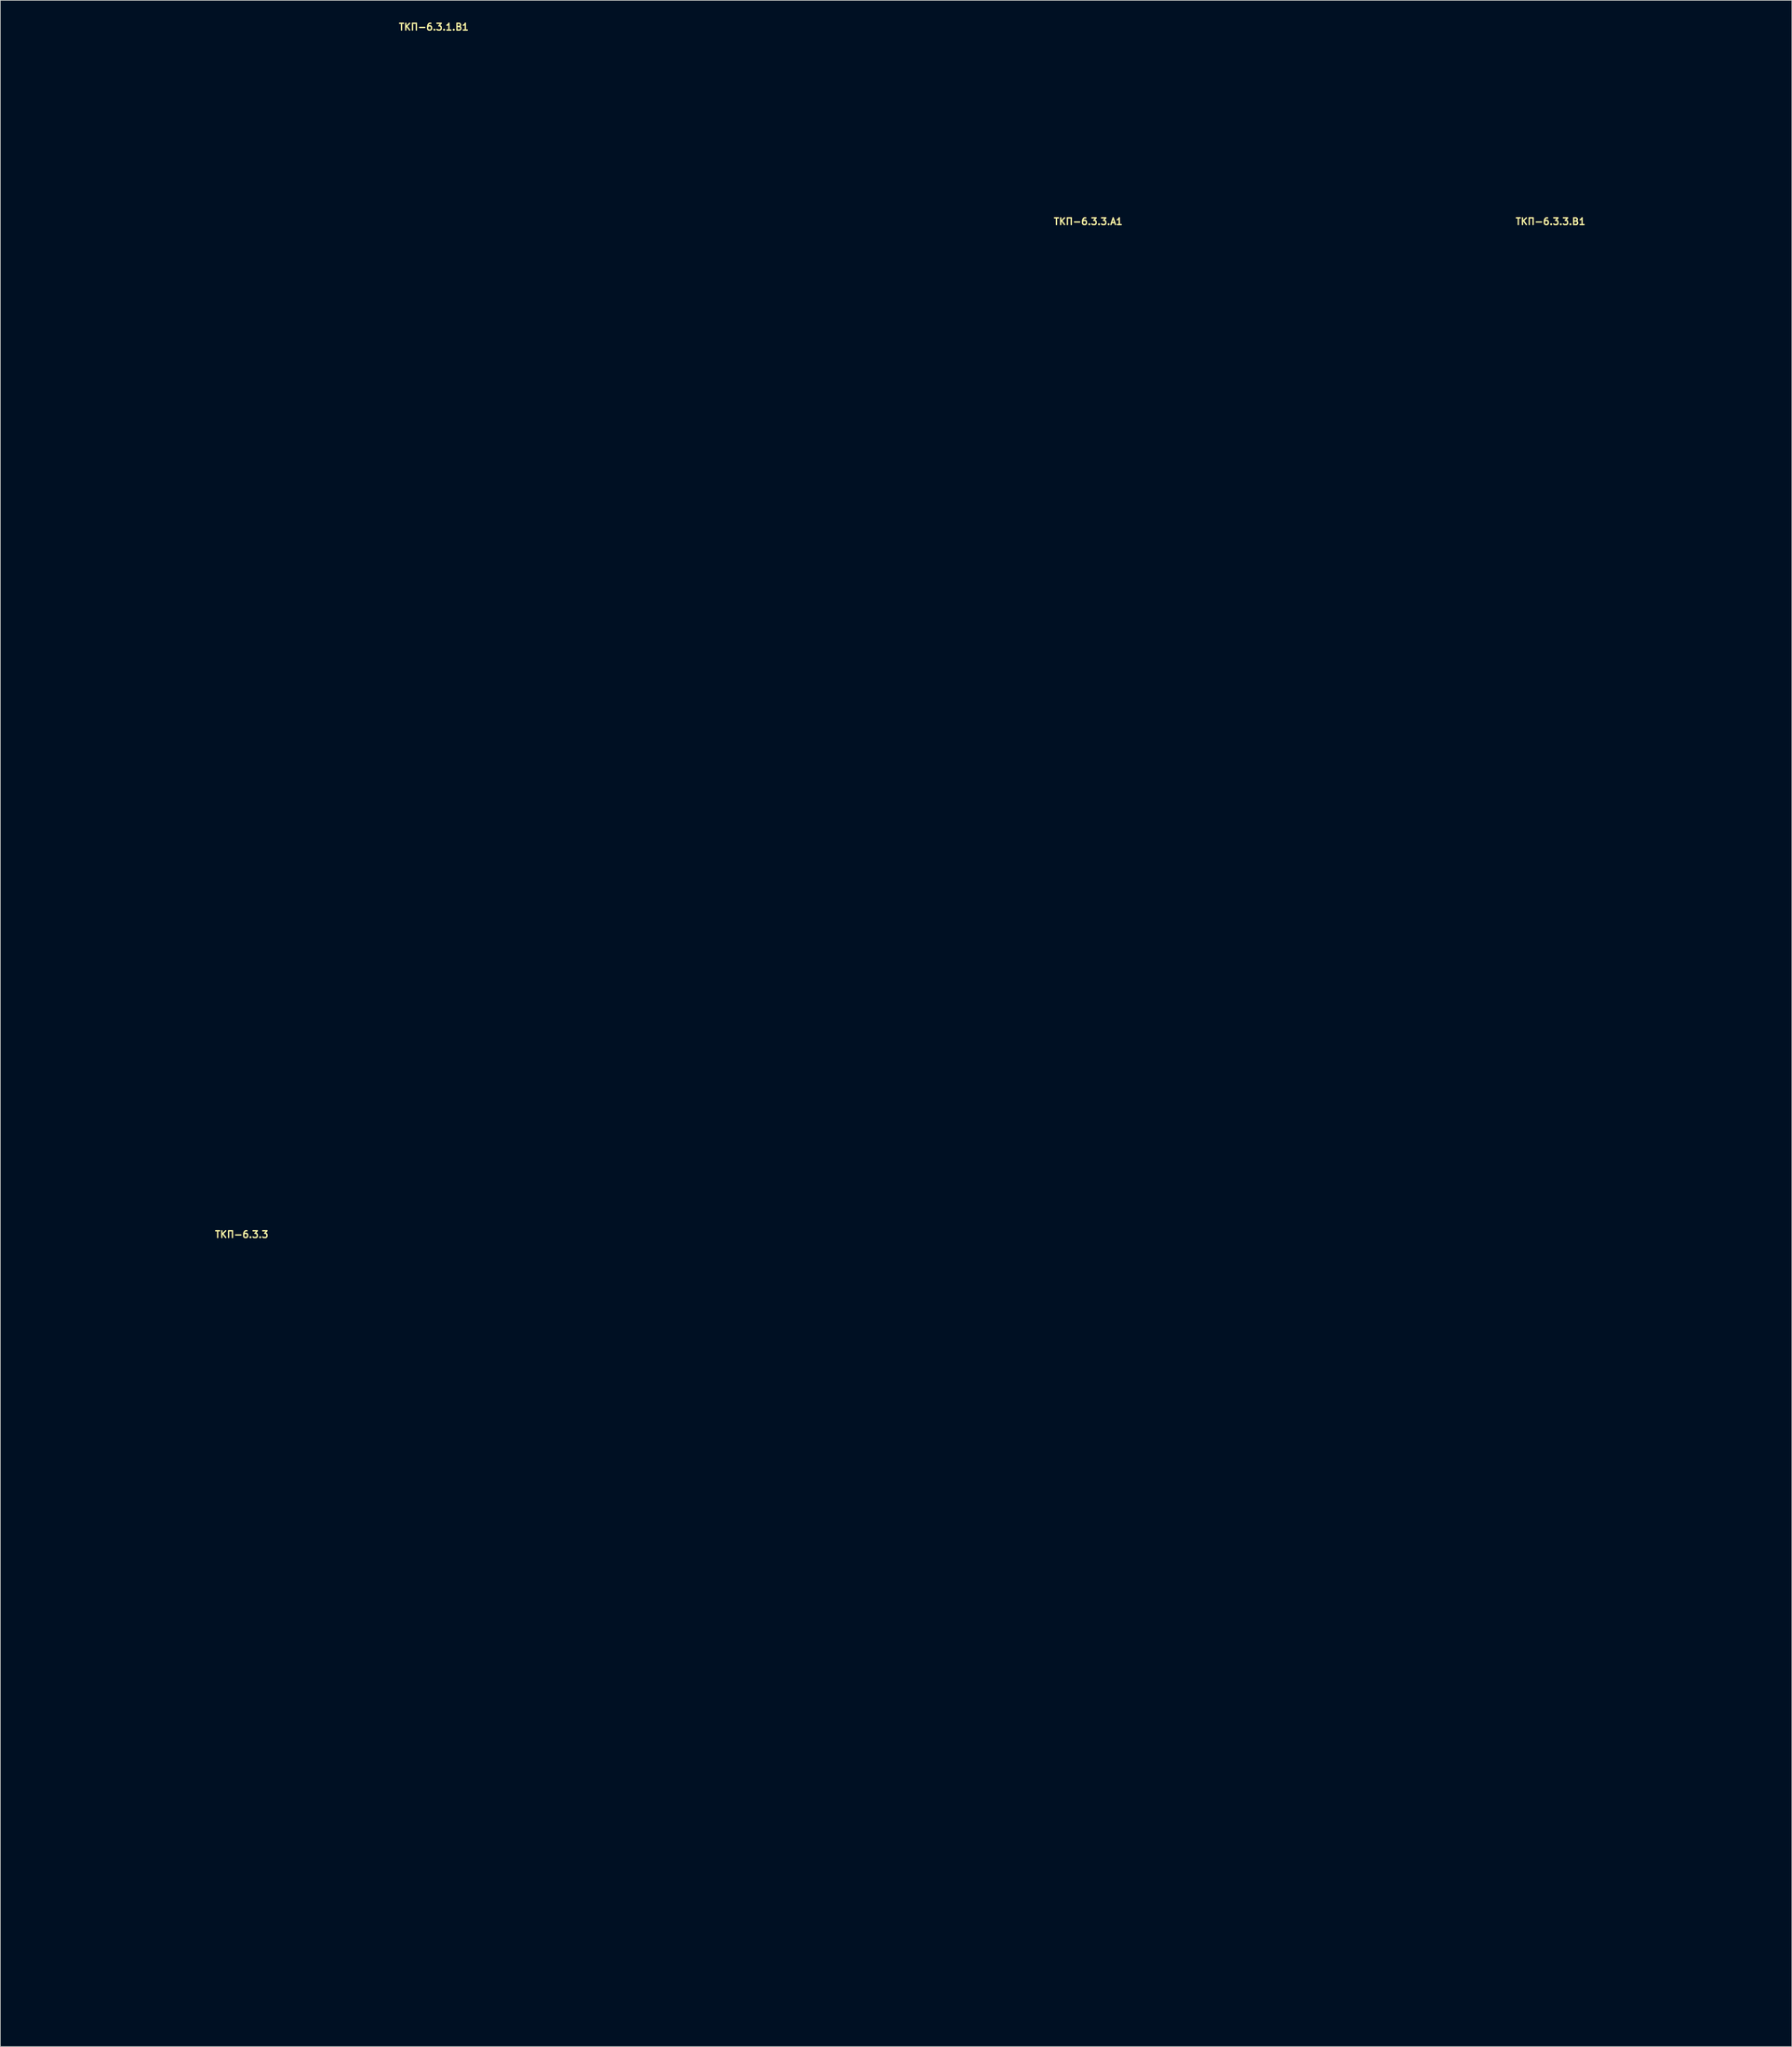
<source format=kicad_pcb>
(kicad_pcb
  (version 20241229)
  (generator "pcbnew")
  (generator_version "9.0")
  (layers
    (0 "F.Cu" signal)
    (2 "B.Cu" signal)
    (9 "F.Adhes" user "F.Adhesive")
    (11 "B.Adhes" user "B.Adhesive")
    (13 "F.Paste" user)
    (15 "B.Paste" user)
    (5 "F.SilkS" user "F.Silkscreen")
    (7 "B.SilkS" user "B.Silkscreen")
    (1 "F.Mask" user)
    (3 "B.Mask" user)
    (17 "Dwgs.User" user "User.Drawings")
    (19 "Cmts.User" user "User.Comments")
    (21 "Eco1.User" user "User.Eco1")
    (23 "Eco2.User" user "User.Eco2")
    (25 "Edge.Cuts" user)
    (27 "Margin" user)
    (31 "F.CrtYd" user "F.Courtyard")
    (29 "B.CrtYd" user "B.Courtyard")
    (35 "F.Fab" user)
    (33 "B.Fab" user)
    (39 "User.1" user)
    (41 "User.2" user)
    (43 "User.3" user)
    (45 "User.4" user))
  (footprint "ТКП-6.3.1.B1"
    (layer "F.Cu")
    (at 61.07 58.34)
    (property "Reference" "ТКП-6.3.1.B1" (at 0 -57.404 0) (layer "F.SilkS") (effects (font (size 1 1) (thickness 0.2))))
    (attr through_hole)
    (fp_line (start -60.87 -54.58) (end -60.87 54.58) (stroke (width 0.4) (type solid)) (layer "Eco2.User"))
    (fp_line (start -60.87 -54.58) (end -58.87 -54.58) (stroke (width 0.4) (type solid)) (layer "Eco2.User"))
    (fp_line (start -60.87 54.58) (end -58.87 54.58) (stroke (width 0.4) (type solid)) (layer "Eco2.User"))
    (fp_line (start -58.87 -56.58) (end -58.87 -54.58) (stroke (width 0.4) (type solid)) (layer "Eco2.User"))
    (fp_line (start -58.87 -56.58) (end -32.57 -56.58) (stroke (width 0.4) (type solid)) (layer "Eco2.User"))
    (fp_line (start -58.87 54.58) (end -58.87 56.58) (stroke (width 0.4) (type solid)) (layer "Eco2.User"))
    (fp_line (start -58.87 56.58) (end -32.57 56.58) (stroke (width 0.4) (type solid)) (layer "Eco2.User"))
    (fp_line (start -31.97 -56.58) (end -31.97 56.58) (stroke (width 0.4) (type solid)) (layer "Eco2.User"))
    (fp_line (start -31.97 -56.58) (end -30.97 -56.58) (stroke (width 0.4) (type solid)) (layer "Eco2.User"))
    (fp_line (start -31.97 56.58) (end -30.97 56.58) (stroke (width 0.4) (type solid)) (layer "Eco2.User"))
    (fp_line (start -30.97 -56.58) (end -30.97 56.58) (stroke (width 0.4) (type solid)) (layer "Eco2.User"))
    (fp_line (start -30.97 -54.58) (end -29.97 -54.58) (stroke (width 0.4) (type solid)) (layer "Eco2.User"))
    (fp_line (start -30.97 54.58) (end -29.97 54.58) (stroke (width 0.4) (type solid)) (layer "Eco2.User"))
    (fp_line (start -30.77 -56.58) (end -30.77 -55.58) (stroke (width 0.4) (type solid)) (layer "Eco2.User"))
    (fp_line (start -30.77 -56.58) (end 30.77 -56.58) (stroke (width 0.4) (type solid)) (layer "Eco2.User"))
    (fp_line (start -30.77 -55.58) (end 30.77 -55.58) (stroke (width 0.4) (type solid)) (layer "Eco2.User"))
    (fp_line (start -30.77 55.58) (end -30.77 56.58) (stroke (width 0.4) (type solid)) (layer "Eco2.User"))
    (fp_line (start -30.77 55.58) (end 30.77 55.58) (stroke (width 0.4) (type solid)) (layer "Eco2.User"))
    (fp_line (start -30.77 56.58) (end 30.77 56.58) (stroke (width 0.4) (type solid)) (layer "Eco2.User"))
    (fp_line (start -29.97 -55.58) (end -29.97 -54.58) (stroke (width 0.4) (type solid)) (layer "Eco2.User"))
    (fp_line (start -29.97 54.58) (end -29.97 55.58) (stroke (width 0.4) (type solid)) (layer "Eco2.User"))
    (fp_line (start -29.12 -55.58) (end -29.12 -54.08) (stroke (width 0.4) (type solid)) (layer "Eco2.User"))
    (fp_line (start -29.12 -54.08) (end -22.82 -54.08) (stroke (width 0.4) (type solid)) (layer "Eco2.User"))
    (fp_line (start -29.12 55.58) (end -29.12 54.08) (stroke (width 0.4) (type solid)) (layer "Eco2.User"))
    (fp_line (start -22.82 -55.58) (end -22.82 -54.08) (stroke (width 0.4) (type solid)) (layer "Eco2.User"))
    (fp_line (start -22.82 54.08) (end -29.12 54.08) (stroke (width 0.4) (type solid)) (layer "Eco2.User"))
    (fp_line (start -22.82 55.58) (end -22.82 54.08) (stroke (width 0.4) (type solid)) (layer "Eco2.User"))
    (fp_line (start -21.17 -56.58) (end -21.17 -55.58) (stroke (width 0.4) (type solid)) (layer "Eco2.User"))
    (fp_line (start -21.17 55.58) (end -21.17 56.58) (stroke (width 0.4) (type solid)) (layer "Eco2.User"))
    (fp_line (start 21.17 -56.58) (end 21.17 -55.58) (stroke (width 0.4) (type solid)) (layer "Eco2.User"))
    (fp_line (start 21.17 55.58) (end 21.17 56.58) (stroke (width 0.4) (type solid)) (layer "Eco2.User"))
    (fp_line (start 22.82 -55.58) (end 22.82 -54.08) (stroke (width 0.4) (type solid)) (layer "Eco2.User"))
    (fp_line (start 22.82 -54.08) (end 29.12 -54.08) (stroke (width 0.4) (type solid)) (layer "Eco2.User"))
    (fp_line (start 22.82 55.58) (end 22.82 54.08) (stroke (width 0.4) (type solid)) (layer "Eco2.User"))
    (fp_line (start 29.12 -55.58) (end 29.12 -54.08) (stroke (width 0.4) (type solid)) (layer "Eco2.User"))
    (fp_line (start 29.12 54.08) (end 22.82 54.08) (stroke (width 0.4) (type solid)) (layer "Eco2.User"))
    (fp_line (start 29.12 55.58) (end 29.12 54.08) (stroke (width 0.4) (type solid)) (layer "Eco2.User"))
    (fp_line (start 29.97 -55.58) (end 29.97 -54.58) (stroke (width 0.4) (type solid)) (layer "Eco2.User"))
    (fp_line (start 29.97 -54.58) (end 30.97 -54.58) (stroke (width 0.4) (type solid)) (layer "Eco2.User"))
    (fp_line (start 29.97 54.58) (end 29.97 55.58) (stroke (width 0.4) (type solid)) (layer "Eco2.User"))
    (fp_line (start 29.97 54.58) (end 30.97 54.58) (stroke (width 0.4) (type solid)) (layer "Eco2.User"))
    (fp_line (start 30.77 -56.58) (end 30.77 -55.58) (stroke (width 0.4) (type solid)) (layer "Eco2.User"))
    (fp_line (start 30.77 55.58) (end 30.77 56.58) (stroke (width 0.4) (type solid)) (layer "Eco2.User"))
    (fp_line (start 30.97 -56.58) (end 30.97 56.58) (stroke (width 0.4) (type solid)) (layer "Eco2.User"))
    (fp_line (start 30.97 -56.58) (end 31.97 -56.58) (stroke (width 0.4) (type solid)) (layer "Eco2.User"))
    (fp_line (start 30.97 56.58) (end 31.97 56.58) (stroke (width 0.4) (type solid)) (layer "Eco2.User"))
    (fp_line (start 31.97 -56.58) (end 31.97 56.58) (stroke (width 0.4) (type solid)) (layer "Eco2.User"))
    (fp_line (start 32.57 -56.58) (end 58.87 -56.58) (stroke (width 0.4) (type solid)) (layer "Eco2.User"))
    (fp_line (start 32.57 56.58) (end 58.87 56.58) (stroke (width 0.4) (type solid)) (layer "Eco2.User"))
    (fp_line (start 58.87 -56.58) (end 58.87 -54.58) (stroke (width 0.4) (type solid)) (layer "Eco2.User"))
    (fp_line (start 58.87 -54.58) (end 60.87 -54.58) (stroke (width 0.4) (type solid)) (layer "Eco2.User"))
    (fp_line (start 58.87 54.58) (end 58.87 56.58) (stroke (width 0.4) (type solid)) (layer "Eco2.User"))
    (fp_line (start 58.87 54.58) (end 60.87 54.58) (stroke (width 0.4) (type solid)) (layer "Eco2.User"))
    (fp_line (start 60.87 -54.58) (end 60.87 54.58) (stroke (width 0.4) (type solid)) (layer "Eco2.User"))
    (fp_arc (start -60.87 -54.58) (mid -60.284214 -55.994214) (end -58.87 -56.58) (stroke (width 0.4) (type solid)) (layer "Eco2.User"))
    (fp_arc (start -59.87 -54.58) (mid -59.577107 -55.287107) (end -58.87 -55.58) (stroke (width 0.4) (type solid)) (layer "Eco2.User"))
    (fp_arc (start -58.87 55.58) (mid -59.577107 55.287107) (end -59.87 54.58) (stroke (width 0.4) (type solid)) (layer "Eco2.User"))
    (fp_arc (start -58.87 56.58) (mid -60.284214 55.994214) (end -60.87 54.58) (stroke (width 0.4) (type solid)) (layer "Eco2.User"))
    (fp_arc (start -32.57 -56.58) (mid -32.145736 -56.404264) (end -31.97 -55.98) (stroke (width 0.4) (type solid)) (layer "Eco2.User"))
    (fp_arc (start -31.97 55.98) (mid -32.145736 56.404264) (end -32.57 56.58) (stroke (width 0.4) (type solid)) (layer "Eco2.User"))
    (fp_arc (start 31.97 -55.98) (mid 32.145736 -56.404264) (end 32.57 -56.58) (stroke (width 0.4) (type solid)) (layer "Eco2.User"))
    (fp_arc (start 32.57 56.58) (mid 32.145736 56.404264) (end 31.97 55.98) (stroke (width 0.4) (type solid)) (layer "Eco2.User"))
    (fp_arc (start 58.87 -56.58) (mid 60.284214 -55.994214) (end 60.87 -54.58) (stroke (width 0.4) (type solid)) (layer "Eco2.User"))
    (fp_arc (start 58.87 -55.58) (mid 59.577107 -55.287107) (end 59.87 -54.58) (stroke (width 0.4) (type solid)) (layer "Eco2.User"))
    (fp_arc (start 59.87 54.58) (mid 59.577107 55.287107) (end 58.87 55.58) (stroke (width 0.4) (type solid)) (layer "Eco2.User"))
    (fp_arc (start 60.87 54.58) (mid 60.284214 55.994214) (end 58.87 56.58) (stroke (width 0.4) (type solid)) (layer "Eco2.User"))
    (fp_circle (center -43.57 26.67) (end -37.57 26.67) (stroke (width 0.4) (type solid)) (fill no) (layer "Eco2.User"))
    (fp_circle (center 43.57 26.67) (end 49.57 26.67) (stroke (width 0.4) (type solid)) (fill no) (layer "Eco2.User")))
  (footprint "ТКП-6.3.3"
    (layer "F.Cu")
    (at 32.67 238.14)
    (property "Reference" "ТКП-6.3.3" (at 0 -58.801 0) (layer "F.SilkS") (effects (font (size 1 1) (thickness 0.2))))
    (attr through_hole)
    (fp_line (start -32.47 -86.28) (end -32.47 -57.98) (stroke (width 0.4) (type solid)) (layer "Eco1.User"))
    (fp_line (start -32.47 -57.98) (end -32.47 57.98) (stroke (width 0.4) (type solid)) (layer "Eco1.User"))
    (fp_line (start -32.47 -57.98) (end 32.47 -57.98) (stroke (width 0.4) (type solid)) (layer "Eco1.User"))
    (fp_line (start -32.47 57.98) (end 32.47 57.98) (stroke (width 0.4) (type solid)) (layer "Eco1.User"))
    (fp_line (start -30.47 -88.28) (end 30.47 -88.28) (stroke (width 0.4) (type solid)) (layer "Eco1.User"))
    (fp_line (start 32.47 -86.28) (end 32.47 -57.98) (stroke (width 0.4) (type solid)) (layer "Eco1.User"))
    (fp_line (start 32.47 -57.98) (end 32.47 57.98) (stroke (width 0.4) (type solid)) (layer "Eco1.User"))
    (fp_arc (start -32.47 -86.28) (mid -31.884214 -87.694214) (end -30.47 -88.28) (stroke (width 0.4) (type solid)) (layer "Eco1.User"))
    (fp_arc (start 30.47 -88.28) (mid 31.884214 -87.694214) (end 32.47 -86.28) (stroke (width 0.4) (type solid)) (layer "Eco1.User"))
    (fp_circle (center -25.92 -72.48) (end -23.92 -72.48) (stroke (width 0.4) (type solid)) (fill no) (layer "Eco1.User"))
    (fp_circle (center 0 -72.48) (end 5.5 -72.48) (stroke (width 0.4) (type solid)) (fill no) (layer "Eco1.User"))
    (fp_circle (center 25.92 -72.48) (end 27.92 -72.48) (stroke (width 0.4) (type solid)) (fill no) (layer "Eco1.User")))
  (footprint "ТКП-6.3.3.B1"
    (layer "F.Cu")
    (at 226.15 88.48)
    (property "Reference" "ТКП-6.3.3.B1" (at 0 -58.801 0) (layer "F.SilkS") (effects (font (size 1 1) (thickness 0.2))))
    (attr through_hole)
    (fp_line (start -32.47 -86.28) (end -32.47 -57.98) (stroke (width 0.4) (type solid)) (layer "Eco1.User"))
    (fp_line (start -32.47 -57.98) (end -32.47 57.98) (stroke (width 0.4) (type solid)) (layer "Eco1.User"))
    (fp_line (start -32.47 -57.98) (end 32.47 -57.98) (stroke (width 0.4) (type solid)) (layer "Eco1.User"))
    (fp_line (start -32.47 57.98) (end 32.47 57.98) (stroke (width 0.4) (type solid)) (layer "Eco1.User"))
    (fp_line (start -30.47 -88.28) (end 30.47 -88.28) (stroke (width 0.4) (type solid)) (layer "Eco1.User"))
    (fp_line (start 32.47 -86.28) (end 32.47 -57.98) (stroke (width 0.4) (type solid)) (layer "Eco1.User"))
    (fp_line (start 32.47 -57.98) (end 32.47 57.98) (stroke (width 0.4) (type solid)) (layer "Eco1.User"))
    (fp_arc (start -32.47 -86.28) (mid -31.884214 -87.694214) (end -30.47 -88.28) (stroke (width 0.4) (type solid)) (layer "Eco1.User"))
    (fp_arc (start 30.47 -88.28) (mid 31.884214 -87.694214) (end 32.47 -86.28) (stroke (width 0.4) (type solid)) (layer "Eco1.User"))
    (fp_circle (center -25.92 -72.48) (end -23.92 -72.48) (stroke (width 0.4) (type solid)) (fill no) (layer "Eco1.User"))
    (fp_circle (center -19.05 -40.44) (end -15.45 -40.44) (stroke (width 0.4) (type solid)) (fill no) (layer "Eco1.User"))
    (fp_circle (center -19.05 -12.5) (end -15.45 -12.5) (stroke (width 0.4) (type solid)) (fill no) (layer "Eco1.User"))
    (fp_circle (center -19.05 44.45) (end -16.4 44.45) (stroke (width 0.4) (type solid)) (fill no) (layer "Eco1.User"))
    (fp_circle (center -8.89 -50.8) (end -7.39 -50.8) (stroke (width 0.4) (type solid)) (fill no) (layer "Eco1.User"))
    (fp_circle (center 0 -72.48) (end 5.5 -72.48) (stroke (width 0.4) (type solid)) (fill no) (layer "Eco1.User"))
    (fp_circle (center 0 -26.47) (end 3.6 -26.47) (stroke (width 0.4) (type solid)) (fill no) (layer "Eco1.User"))
    (fp_circle (center 0 1.47) (end 3.6 1.47) (stroke (width 0.4) (type solid)) (fill no) (layer "Eco1.User"))
    (fp_circle (center 0 44.45) (end 6 44.45) (stroke (width 0.4) (type solid)) (fill no) (layer "Eco1.User"))
    (fp_circle (center 8.89 -50.8) (end 10.39 -50.8) (stroke (width 0.4) (type solid)) (fill no) (layer "Eco1.User"))
    (fp_circle (center 19.05 -40.44) (end 22.65 -40.44) (stroke (width 0.4) (type solid)) (fill no) (layer "Eco1.User"))
    (fp_circle (center 19.05 -12.5) (end 22.65 -12.5) (stroke (width 0.4) (type solid)) (fill no) (layer "Eco1.User"))
    (fp_circle (center 25.92 -72.48) (end 27.92 -72.48) (stroke (width 0.4) (type solid)) (fill no) (layer "Eco1.User")))
  (footprint "ТКП-6.3.3.A1"
    (layer "F.Cu")
    (at 157.81 88.48)
    (property "Reference" "ТКП-6.3.3.A1" (at 0 -58.801 0) (layer "F.SilkS") (effects (font (size 1 1) (thickness 0.2))))
    (attr through_hole)
    (fp_line (start -32.47 -86.28) (end -32.47 -57.98) (stroke (width 0.4) (type solid)) (layer "Eco1.User"))
    (fp_line (start -32.47 -57.98) (end -32.47 57.98) (stroke (width 0.4) (type solid)) (layer "Eco1.User"))
    (fp_line (start -32.47 -57.98) (end 32.47 -57.98) (stroke (width 0.4) (type solid)) (layer "Eco1.User"))
    (fp_line (start -32.47 57.98) (end 32.47 57.98) (stroke (width 0.4) (type solid)) (layer "Eco1.User"))
    (fp_line (start -30.47 -88.28) (end 30.47 -88.28) (stroke (width 0.4) (type solid)) (layer "Eco1.User"))
    (fp_line (start 32.47 -86.28) (end 32.47 -57.98) (stroke (width 0.4) (type solid)) (layer "Eco1.User"))
    (fp_line (start 32.47 -57.98) (end 32.47 57.98) (stroke (width 0.4) (type solid)) (layer "Eco1.User"))
    (fp_arc (start -32.47 -86.28) (mid -31.884214 -87.694214) (end -30.47 -88.28) (stroke (width 0.4) (type solid)) (layer "Eco1.User"))
    (fp_arc (start 30.47 -88.28) (mid 31.884214 -87.694214) (end 32.47 -86.28) (stroke (width 0.4) (type solid)) (layer "Eco1.User"))
    (fp_circle (center -25.92 -72.48) (end -23.92 -72.48) (stroke (width 0.4) (type solid)) (fill no) (layer "Eco1.User"))
    (fp_circle (center -19.05 -40.44) (end -15.45 -40.44) (stroke (width 0.4) (type solid)) (fill no) (layer "Eco1.User"))
    (fp_circle (center -8.89 -50.8) (end -7.39 -50.8) (stroke (width 0.4) (type solid)) (fill no) (layer "Eco1.User"))
    (fp_circle (center 0 -72.48) (end 5.5 -72.48) (stroke (width 0.4) (type solid)) (fill no) (layer "Eco1.User"))
    (fp_circle (center 0 -26.47) (end 3.6 -26.47) (stroke (width 0.4) (type solid)) (fill no) (layer "Eco1.User"))
    (fp_circle (center 0 -7.62) (end 2.65 -7.62) (stroke (width 0.4) (type solid)) (fill no) (layer "Eco1.User"))
    (fp_circle (center 0 19.05) (end 6 19.05) (stroke (width 0.4) (type solid)) (fill no) (layer "Eco1.User"))
    (fp_circle (center 8.89 -50.8) (end 10.39 -50.8) (stroke (width 0.4) (type solid)) (fill no) (layer "Eco1.User"))
    (fp_circle (center 19.05 -40.44) (end 22.65 -40.44) (stroke (width 0.4) (type solid)) (fill no) (layer "Eco1.User"))
    (fp_circle (center 25.92 -72.48) (end 27.92 -72.48) (stroke (width 0.4) (type solid)) (fill no) (layer "Eco1.User")))
  (gr_rect
    (start -3 -3)
    (end 261.82 299.32)
    (stroke (width 0.1) (type default))
    (fill no)
    (layer "Edge.Cuts")))
</source>
